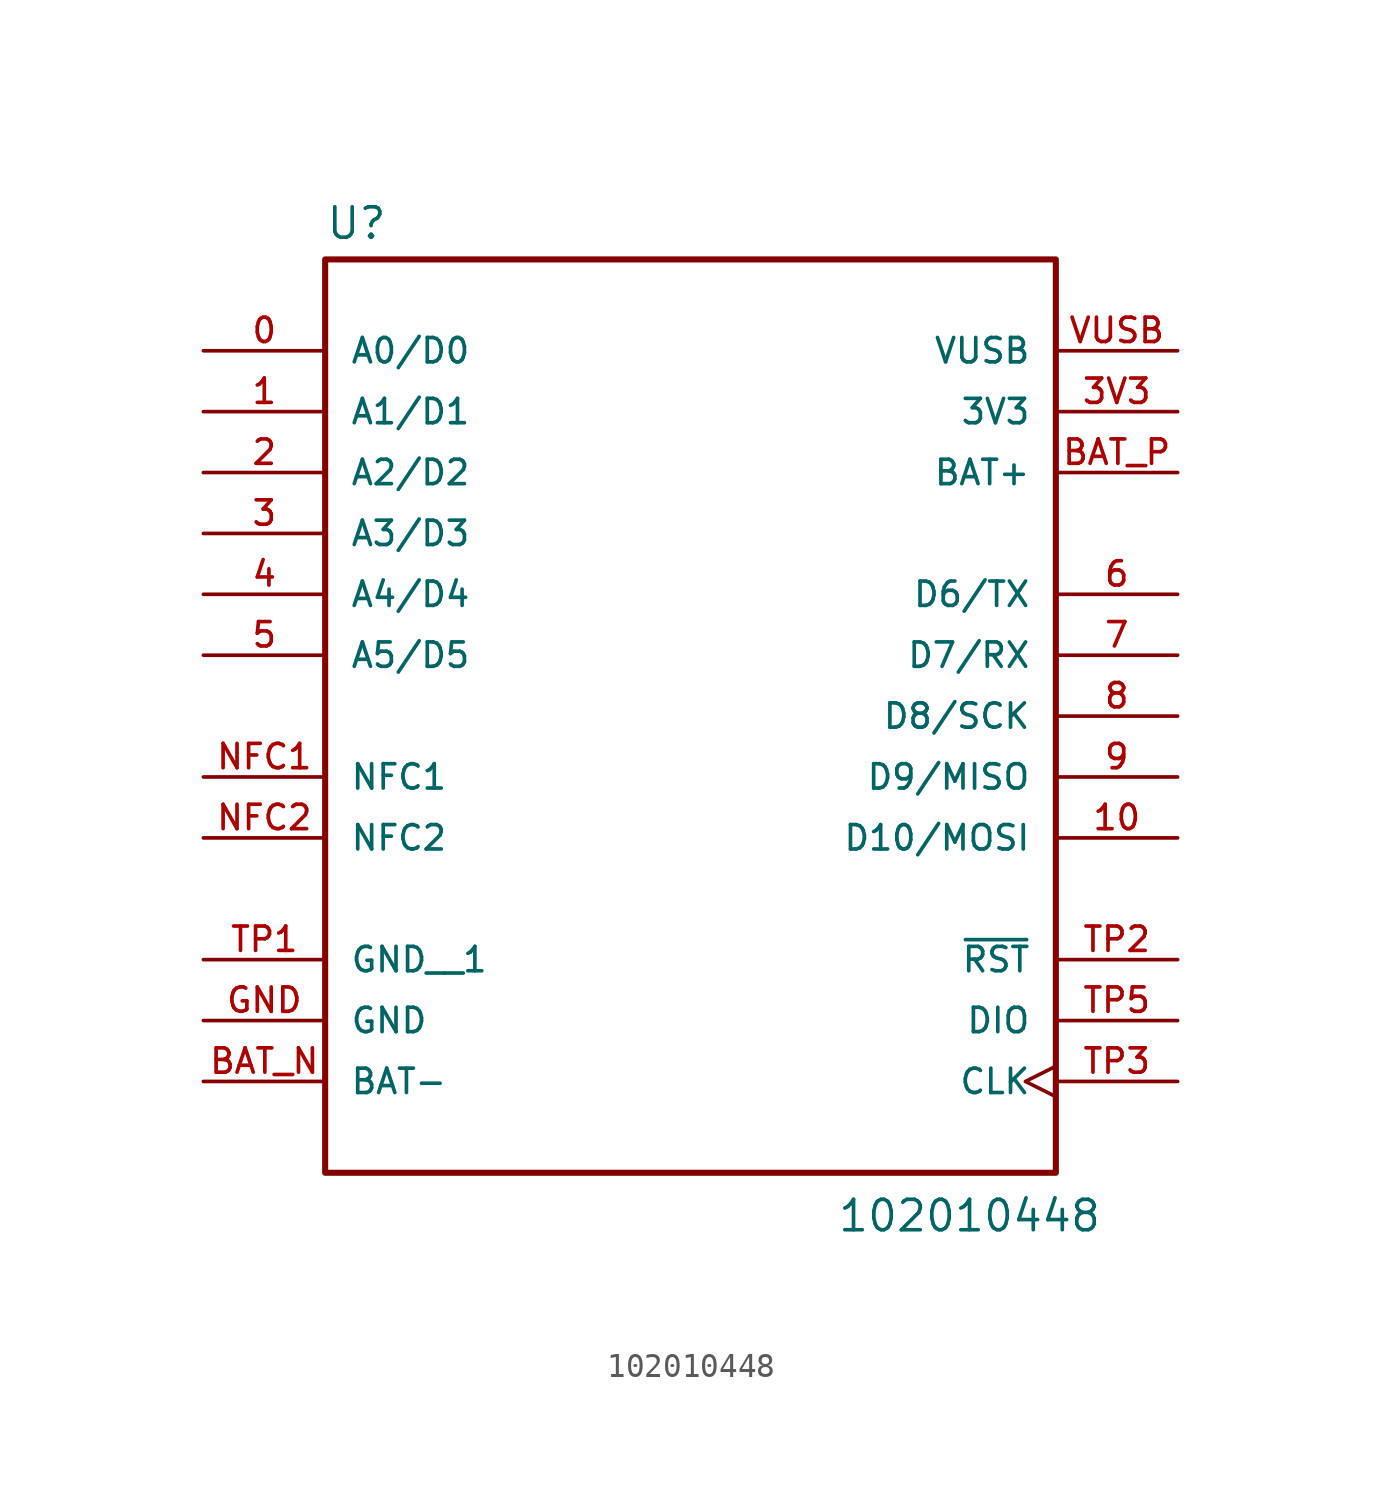
<source format=kicad_sym>
(kicad_symbol_lib
  (version 20231120)
  (generator "kicad_symbol_editor")
  (generator_version "8.0")
  (symbol "102010448"
    (pin_names
      (offset 1.016))
    (property "Reference" "U"
      (at -15.24 23.622 0)
      (effects (font (size 1.27 1.27)) (justify left bottom)))
    (property "Value" "102010448"
      (at 6.096 -17.78 0)
      (effects (font (size 1.27 1.27)) (justify left bottom)))
    (symbol "102010448_0_0"
      (rectangle (start -15.24 22.86) (end 15.24 -15.24) (stroke (width 0.254) (type default)) (fill (type none)))
      (pin bidirectional line (at -20.32 19.05 0) (length 5.08) (name "A0/D0" (effects (font (size 1.016 1.016)))) (number "0" (effects (font (size 1.016 1.016)))))
      (pin bidirectional line (at -20.32 16.51 0) (length 5.08) (name "A1/D1" (effects (font (size 1.016 1.016)))) (number "1" (effects (font (size 1.016 1.016)))))
      (pin bidirectional line (at 20.32 -1.27 180) (length 5.08) (name "D10/MOSI" (effects (font (size 1.016 1.016)))) (number "10" (effects (font (size 1.016 1.016)))))
      (pin bidirectional line (at -20.32 13.97 0) (length 5.08) (name "A2/D2" (effects (font (size 1.016 1.016)))) (number "2" (effects (font (size 1.016 1.016)))))
      (pin bidirectional line (at -20.32 11.43 0) (length 5.08) (name "A3/D3" (effects (font (size 1.016 1.016)))) (number "3" (effects (font (size 1.016 1.016)))))
      (pin power_in line (at 20.32 16.51 180) (length 5.08) (name "3V3" (effects (font (size 1.016 1.016)))) (number "3V3" (effects (font (size 1.016 1.016)))))
      (pin bidirectional line (at -20.32 8.89 0) (length 5.08) (name "A4/D4" (effects (font (size 1.016 1.016)))) (number "4" (effects (font (size 1.016 1.016)))))
      (pin bidirectional line (at -20.32 6.35 0) (length 5.08) (name "A5/D5" (effects (font (size 1.016 1.016)))) (number "5" (effects (font (size 1.016 1.016)))))
      (pin bidirectional line (at 20.32 8.89 180) (length 5.08) (name "D6/TX" (effects (font (size 1.016 1.016)))) (number "6" (effects (font (size 1.016 1.016)))))
      (pin bidirectional line (at 20.32 6.35 180) (length 5.08) (name "D7/RX" (effects (font (size 1.016 1.016)))) (number "7" (effects (font (size 1.016 1.016)))))
      (pin bidirectional line (at 20.32 3.81 180) (length 5.08) (name "D8/SCK" (effects (font (size 1.016 1.016)))) (number "8" (effects (font (size 1.016 1.016)))))
      (pin bidirectional line (at 20.32 1.27 180) (length 5.08) (name "D9/MISO" (effects (font (size 1.016 1.016)))) (number "9" (effects (font (size 1.016 1.016)))))
      (pin power_in line (at -20.32 -11.43 0) (length 5.08) (name "BAT-" (effects (font (size 1.016 1.016)))) (number "BAT_N" (effects (font (size 1.016 1.016)))))
      (pin power_in line (at 20.32 13.97 180) (length 5.08) (name "BAT+" (effects (font (size 1.016 1.016)))) (number "BAT_P" (effects (font (size 1.016 1.016)))))
      (pin power_in line (at -20.32 -8.89 0) (length 5.08) (name "GND" (effects (font (size 1.016 1.016)))) (number "GND" (effects (font (size 1.016 1.016)))))
      (pin bidirectional line (at -20.32 1.27 0) (length 5.08) (name "NFC1" (effects (font (size 1.016 1.016)))) (number "NFC1" (effects (font (size 1.016 1.016)))))
      (pin bidirectional line (at -20.32 -1.27 0) (length 5.08) (name "NFC2" (effects (font (size 1.016 1.016)))) (number "NFC2" (effects (font (size 1.016 1.016)))))
      (pin power_in line (at -20.32 -6.35 0) (length 5.08) (name "GND__1" (effects (font (size 1.016 1.016)))) (number "TP1" (effects (font (size 1.016 1.016)))))
      (pin input line (at 20.32 -6.35 180) (length 5.08) (name "~{RST}" (effects (font (size 1.016 1.016)))) (number "TP2" (effects (font (size 1.016 1.016)))))
      (pin input clock (at 20.32 -11.43 180) (length 5.08) (name "CLK" (effects (font (size 1.016 1.016)))) (number "TP3" (effects (font (size 1.016 1.016)))))
      (pin bidirectional line (at 20.32 -8.89 180) (length 5.08) (name "DIO" (effects (font (size 1.016 1.016)))) (number "TP5" (effects (font (size 1.016 1.016)))))
      (pin power_in line (at 20.32 19.05 180) (length 5.08) (name "VUSB" (effects (font (size 1.016 1.016)))) (number "VUSB" (effects (font (size 1.016 1.016))))))))
</source>
